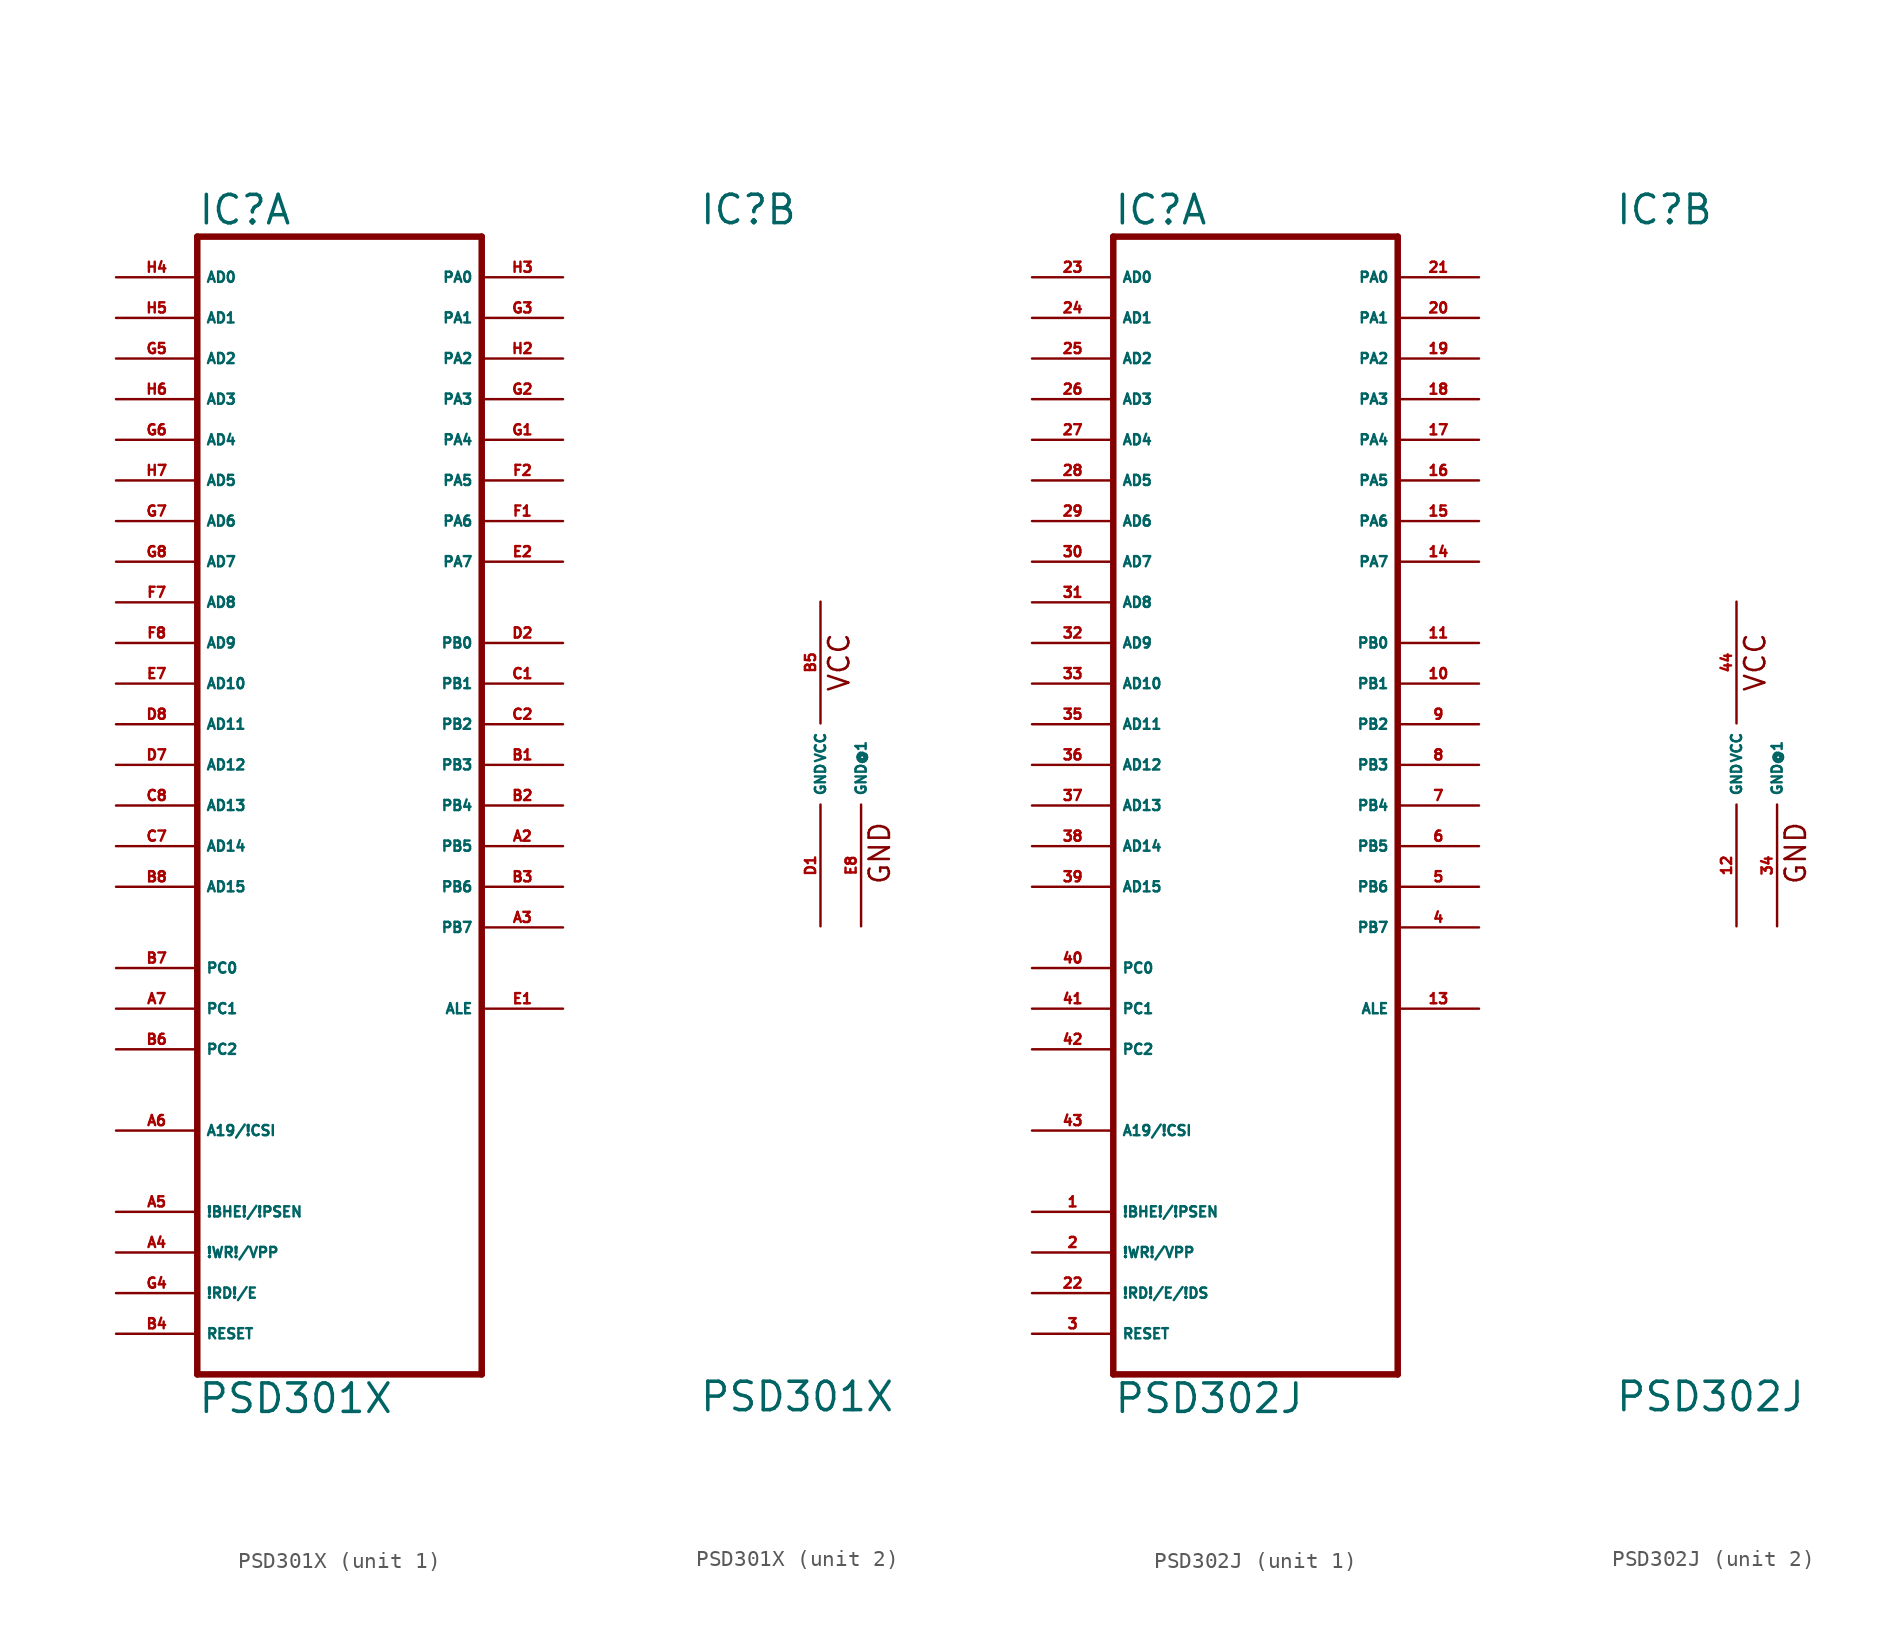
<source format=kicad_sym>
(kicad_symbol_lib
  (version 20220914)
  (generator Eagle2Kicad)
  (symbol "PSD301X"
    (property "Reference" "IC"
      (at -7.62 33.655 0)
      (effects (font (size 1.778 1.778) (thickness 0.22)) (justify left bottom)))
    (property "Value" "PSD301X"
      (at -7.62 -40.64 0)
      (effects (font (size 1.778 1.778) (thickness 0.22)) (justify left bottom)))
    (symbol "PSD301X_1_0"
      (polyline (pts (xy -7.62 -38.1) (xy 10.16 -38.1)) (stroke (width 0.406) (type default)) (fill (type none)))
      (polyline (pts (xy 10.16 -38.1) (xy 10.16 33.02)) (stroke (width 0.406) (type default)) (fill (type none)))
      (polyline (pts (xy 10.16 33.02) (xy -7.62 33.02)) (stroke (width 0.406) (type default)) (fill (type none)))
      (polyline (pts (xy -7.62 33.02) (xy -7.62 -38.1)) (stroke (width 0.406) (type default)) (fill (type none)))
      (pin input line (at -12.7 30.48 0) (length 5.08) (name "AD0" (effects (font (size 0.635 0.635) (thickness 0.08)) (justify left bottom))) (number "H4" (effects (font (size 0.635 0.635) (thickness 0.08)) (justify left bottom))))
      (pin input line (at -12.7 27.94 0) (length 5.08) (name "AD1" (effects (font (size 0.635 0.635) (thickness 0.08)) (justify left bottom))) (number "H5" (effects (font (size 0.635 0.635) (thickness 0.08)) (justify left bottom))))
      (pin input line (at -12.7 25.4 0) (length 5.08) (name "AD2" (effects (font (size 0.635 0.635) (thickness 0.08)) (justify left bottom))) (number "G5" (effects (font (size 0.635 0.635) (thickness 0.08)) (justify left bottom))))
      (pin input line (at -12.7 22.86 0) (length 5.08) (name "AD3" (effects (font (size 0.635 0.635) (thickness 0.08)) (justify left bottom))) (number "H6" (effects (font (size 0.635 0.635) (thickness 0.08)) (justify left bottom))))
      (pin input line (at -12.7 20.32 0) (length 5.08) (name "AD4" (effects (font (size 0.635 0.635) (thickness 0.08)) (justify left bottom))) (number "G6" (effects (font (size 0.635 0.635) (thickness 0.08)) (justify left bottom))))
      (pin input line (at -12.7 17.78 0) (length 5.08) (name "AD5" (effects (font (size 0.635 0.635) (thickness 0.08)) (justify left bottom))) (number "H7" (effects (font (size 0.635 0.635) (thickness 0.08)) (justify left bottom))))
      (pin input line (at -12.7 15.24 0) (length 5.08) (name "AD6" (effects (font (size 0.635 0.635) (thickness 0.08)) (justify left bottom))) (number "G7" (effects (font (size 0.635 0.635) (thickness 0.08)) (justify left bottom))))
      (pin input line (at -12.7 12.7 0) (length 5.08) (name "AD7" (effects (font (size 0.635 0.635) (thickness 0.08)) (justify left bottom))) (number "G8" (effects (font (size 0.635 0.635) (thickness 0.08)) (justify left bottom))))
      (pin input line (at -12.7 10.16 0) (length 5.08) (name "AD8" (effects (font (size 0.635 0.635) (thickness 0.08)) (justify left bottom))) (number "F7" (effects (font (size 0.635 0.635) (thickness 0.08)) (justify left bottom))))
      (pin input line (at -12.7 7.62 0) (length 5.08) (name "AD9" (effects (font (size 0.635 0.635) (thickness 0.08)) (justify left bottom))) (number "F8" (effects (font (size 0.635 0.635) (thickness 0.08)) (justify left bottom))))
      (pin input line (at -12.7 5.08 0) (length 5.08) (name "AD10" (effects (font (size 0.635 0.635) (thickness 0.08)) (justify left bottom))) (number "E7" (effects (font (size 0.635 0.635) (thickness 0.08)) (justify left bottom))))
      (pin input line (at -12.7 2.54 0) (length 5.08) (name "AD11" (effects (font (size 0.635 0.635) (thickness 0.08)) (justify left bottom))) (number "D8" (effects (font (size 0.635 0.635) (thickness 0.08)) (justify left bottom))))
      (pin input line (at -12.7 0 0) (length 5.08) (name "AD12" (effects (font (size 0.635 0.635) (thickness 0.08)) (justify left bottom))) (number "D7" (effects (font (size 0.635 0.635) (thickness 0.08)) (justify left bottom))))
      (pin input line (at -12.7 -2.54 0) (length 5.08) (name "AD13" (effects (font (size 0.635 0.635) (thickness 0.08)) (justify left bottom))) (number "C8" (effects (font (size 0.635 0.635) (thickness 0.08)) (justify left bottom))))
      (pin input line (at -12.7 -5.08 0) (length 5.08) (name "AD14" (effects (font (size 0.635 0.635) (thickness 0.08)) (justify left bottom))) (number "C7" (effects (font (size 0.635 0.635) (thickness 0.08)) (justify left bottom))))
      (pin input line (at -12.7 -7.62 0) (length 5.08) (name "AD15" (effects (font (size 0.635 0.635) (thickness 0.08)) (justify left bottom))) (number "B8" (effects (font (size 0.635 0.635) (thickness 0.08)) (justify left bottom))))
      (pin input line (at -12.7 -12.7 0) (length 5.08) (name "PC0" (effects (font (size 0.635 0.635) (thickness 0.08)) (justify left bottom))) (number "B7" (effects (font (size 0.635 0.635) (thickness 0.08)) (justify left bottom))))
      (pin input line (at -12.7 -15.24 0) (length 5.08) (name "PC1" (effects (font (size 0.635 0.635) (thickness 0.08)) (justify left bottom))) (number "A7" (effects (font (size 0.635 0.635) (thickness 0.08)) (justify left bottom))))
      (pin input line (at -12.7 -17.78 0) (length 5.08) (name "PC2" (effects (font (size 0.635 0.635) (thickness 0.08)) (justify left bottom))) (number "B6" (effects (font (size 0.635 0.635) (thickness 0.08)) (justify left bottom))))
      (pin input line (at -12.7 -22.86 0) (length 5.08) (name "A19/!CSI" (effects (font (size 0.635 0.635) (thickness 0.08)) (justify left bottom))) (number "A6" (effects (font (size 0.635 0.635) (thickness 0.08)) (justify left bottom))))
      (pin bidirectional line (at 15.24 30.48 180) (length 5.08) (name "PA0" (effects (font (size 0.635 0.635) (thickness 0.08)) (justify left bottom))) (number "H3" (effects (font (size 0.635 0.635) (thickness 0.08)) (justify left bottom))))
      (pin bidirectional line (at 15.24 27.94 180) (length 5.08) (name "PA1" (effects (font (size 0.635 0.635) (thickness 0.08)) (justify left bottom))) (number "G3" (effects (font (size 0.635 0.635) (thickness 0.08)) (justify left bottom))))
      (pin bidirectional line (at 15.24 25.4 180) (length 5.08) (name "PA2" (effects (font (size 0.635 0.635) (thickness 0.08)) (justify left bottom))) (number "H2" (effects (font (size 0.635 0.635) (thickness 0.08)) (justify left bottom))))
      (pin bidirectional line (at 15.24 22.86 180) (length 5.08) (name "PA3" (effects (font (size 0.635 0.635) (thickness 0.08)) (justify left bottom))) (number "G2" (effects (font (size 0.635 0.635) (thickness 0.08)) (justify left bottom))))
      (pin bidirectional line (at 15.24 20.32 180) (length 5.08) (name "PA4" (effects (font (size 0.635 0.635) (thickness 0.08)) (justify left bottom))) (number "G1" (effects (font (size 0.635 0.635) (thickness 0.08)) (justify left bottom))))
      (pin bidirectional line (at 15.24 17.78 180) (length 5.08) (name "PA5" (effects (font (size 0.635 0.635) (thickness 0.08)) (justify left bottom))) (number "F2" (effects (font (size 0.635 0.635) (thickness 0.08)) (justify left bottom))))
      (pin bidirectional line (at 15.24 15.24 180) (length 5.08) (name "PA6" (effects (font (size 0.635 0.635) (thickness 0.08)) (justify left bottom))) (number "F1" (effects (font (size 0.635 0.635) (thickness 0.08)) (justify left bottom))))
      (pin bidirectional line (at 15.24 12.7 180) (length 5.08) (name "PA7" (effects (font (size 0.635 0.635) (thickness 0.08)) (justify left bottom))) (number "E2" (effects (font (size 0.635 0.635) (thickness 0.08)) (justify left bottom))))
      (pin output line (at 15.24 7.62 180) (length 5.08) (name "PB0" (effects (font (size 0.635 0.635) (thickness 0.08)) (justify left bottom))) (number "D2" (effects (font (size 0.635 0.635) (thickness 0.08)) (justify left bottom))))
      (pin output line (at 15.24 5.08 180) (length 5.08) (name "PB1" (effects (font (size 0.635 0.635) (thickness 0.08)) (justify left bottom))) (number "C1" (effects (font (size 0.635 0.635) (thickness 0.08)) (justify left bottom))))
      (pin output line (at 15.24 2.54 180) (length 5.08) (name "PB2" (effects (font (size 0.635 0.635) (thickness 0.08)) (justify left bottom))) (number "C2" (effects (font (size 0.635 0.635) (thickness 0.08)) (justify left bottom))))
      (pin output line (at 15.24 0 180) (length 5.08) (name "PB3" (effects (font (size 0.635 0.635) (thickness 0.08)) (justify left bottom))) (number "B1" (effects (font (size 0.635 0.635) (thickness 0.08)) (justify left bottom))))
      (pin output line (at 15.24 -2.54 180) (length 5.08) (name "PB4" (effects (font (size 0.635 0.635) (thickness 0.08)) (justify left bottom))) (number "B2" (effects (font (size 0.635 0.635) (thickness 0.08)) (justify left bottom))))
      (pin output line (at 15.24 -5.08 180) (length 5.08) (name "PB5" (effects (font (size 0.635 0.635) (thickness 0.08)) (justify left bottom))) (number "A2" (effects (font (size 0.635 0.635) (thickness 0.08)) (justify left bottom))))
      (pin output line (at 15.24 -7.62 180) (length 5.08) (name "PB6" (effects (font (size 0.635 0.635) (thickness 0.08)) (justify left bottom))) (number "B3" (effects (font (size 0.635 0.635) (thickness 0.08)) (justify left bottom))))
      (pin output line (at 15.24 -10.16 180) (length 5.08) (name "PB7" (effects (font (size 0.635 0.635) (thickness 0.08)) (justify left bottom))) (number "A3" (effects (font (size 0.635 0.635) (thickness 0.08)) (justify left bottom))))
      (pin output line (at 15.24 -15.24 180) (length 5.08) (name "ALE" (effects (font (size 0.635 0.635) (thickness 0.08)) (justify left bottom))) (number "E1" (effects (font (size 0.635 0.635) (thickness 0.08)) (justify left bottom))))
      (pin input line (at -12.7 -27.94 0) (length 5.08) (name "!BHE!/!PSEN" (effects (font (size 0.635 0.635) (thickness 0.08)) (justify left bottom))) (number "A5" (effects (font (size 0.635 0.635) (thickness 0.08)) (justify left bottom))))
      (pin input line (at -12.7 -30.48 0) (length 5.08) (name "!WR!/VPP" (effects (font (size 0.635 0.635) (thickness 0.08)) (justify left bottom))) (number "A4" (effects (font (size 0.635 0.635) (thickness 0.08)) (justify left bottom))))
      (pin input line (at -12.7 -33.02 0) (length 5.08) (name "!RD!/E" (effects (font (size 0.635 0.635) (thickness 0.08)) (justify left bottom))) (number "G4" (effects (font (size 0.635 0.635) (thickness 0.08)) (justify left bottom))))
      (pin input line (at -12.7 -35.56 0) (length 5.08) (name "RESET" (effects (font (size 0.635 0.635) (thickness 0.08)) (justify left bottom))) (number "B4" (effects (font (size 0.635 0.635) (thickness 0.08)) (justify left bottom)))))
    (symbol "PSD301X_2_0"
      (text "VCC" (at 1.905 4.445 900) (effects (font (size 1.27 1.27) (thickness 0.16)) (justify left bottom)))
      (text "GND" (at 4.445 -7.62 900) (effects (font (size 1.27 1.27) (thickness 0.16)) (justify left bottom)))
      (pin unspecified line (at 0 10.16 270) (length 7.62) (name "VCC" (effects (font (size 0.635 0.635) (thickness 0.08)) (justify left bottom))) (number "B5" (effects (font (size 0.635 0.635) (thickness 0.08)) (justify left bottom))))
      (pin unspecified line (at 0 -10.16 90) (length 7.62) (name "GND" (effects (font (size 0.635 0.635) (thickness 0.08)) (justify left bottom))) (number "D1" (effects (font (size 0.635 0.635) (thickness 0.08)) (justify left bottom))))
      (pin unspecified line (at 2.54 -10.16 90) (length 7.62) (name "GND@1" (effects (font (size 0.635 0.635) (thickness 0.08)) (justify left bottom))) (number "E8" (effects (font (size 0.635 0.635) (thickness 0.08)) (justify left bottom))))))
  (symbol "PSD302J"
    (property "Reference" "IC"
      (at -7.62 33.655 0)
      (effects (font (size 1.778 1.778) (thickness 0.22)) (justify left bottom)))
    (property "Value" "PSD302J"
      (at -7.62 -40.64 0)
      (effects (font (size 1.778 1.778) (thickness 0.22)) (justify left bottom)))
    (symbol "PSD302J_1_0"
      (polyline (pts (xy -7.62 -38.1) (xy 10.16 -38.1)) (stroke (width 0.406) (type default)) (fill (type none)))
      (polyline (pts (xy 10.16 -38.1) (xy 10.16 33.02)) (stroke (width 0.406) (type default)) (fill (type none)))
      (polyline (pts (xy 10.16 33.02) (xy -7.62 33.02)) (stroke (width 0.406) (type default)) (fill (type none)))
      (polyline (pts (xy -7.62 33.02) (xy -7.62 -38.1)) (stroke (width 0.406) (type default)) (fill (type none)))
      (pin input line (at -12.7 30.48 0) (length 5.08) (name "AD0" (effects (font (size 0.635 0.635) (thickness 0.08)) (justify left bottom))) (number "23" (effects (font (size 0.635 0.635) (thickness 0.08)) (justify left bottom))))
      (pin input line (at -12.7 27.94 0) (length 5.08) (name "AD1" (effects (font (size 0.635 0.635) (thickness 0.08)) (justify left bottom))) (number "24" (effects (font (size 0.635 0.635) (thickness 0.08)) (justify left bottom))))
      (pin input line (at -12.7 25.4 0) (length 5.08) (name "AD2" (effects (font (size 0.635 0.635) (thickness 0.08)) (justify left bottom))) (number "25" (effects (font (size 0.635 0.635) (thickness 0.08)) (justify left bottom))))
      (pin input line (at -12.7 22.86 0) (length 5.08) (name "AD3" (effects (font (size 0.635 0.635) (thickness 0.08)) (justify left bottom))) (number "26" (effects (font (size 0.635 0.635) (thickness 0.08)) (justify left bottom))))
      (pin input line (at -12.7 20.32 0) (length 5.08) (name "AD4" (effects (font (size 0.635 0.635) (thickness 0.08)) (justify left bottom))) (number "27" (effects (font (size 0.635 0.635) (thickness 0.08)) (justify left bottom))))
      (pin input line (at -12.7 17.78 0) (length 5.08) (name "AD5" (effects (font (size 0.635 0.635) (thickness 0.08)) (justify left bottom))) (number "28" (effects (font (size 0.635 0.635) (thickness 0.08)) (justify left bottom))))
      (pin input line (at -12.7 15.24 0) (length 5.08) (name "AD6" (effects (font (size 0.635 0.635) (thickness 0.08)) (justify left bottom))) (number "29" (effects (font (size 0.635 0.635) (thickness 0.08)) (justify left bottom))))
      (pin input line (at -12.7 12.7 0) (length 5.08) (name "AD7" (effects (font (size 0.635 0.635) (thickness 0.08)) (justify left bottom))) (number "30" (effects (font (size 0.635 0.635) (thickness 0.08)) (justify left bottom))))
      (pin input line (at -12.7 10.16 0) (length 5.08) (name "AD8" (effects (font (size 0.635 0.635) (thickness 0.08)) (justify left bottom))) (number "31" (effects (font (size 0.635 0.635) (thickness 0.08)) (justify left bottom))))
      (pin input line (at -12.7 7.62 0) (length 5.08) (name "AD9" (effects (font (size 0.635 0.635) (thickness 0.08)) (justify left bottom))) (number "32" (effects (font (size 0.635 0.635) (thickness 0.08)) (justify left bottom))))
      (pin input line (at -12.7 5.08 0) (length 5.08) (name "AD10" (effects (font (size 0.635 0.635) (thickness 0.08)) (justify left bottom))) (number "33" (effects (font (size 0.635 0.635) (thickness 0.08)) (justify left bottom))))
      (pin input line (at -12.7 2.54 0) (length 5.08) (name "AD11" (effects (font (size 0.635 0.635) (thickness 0.08)) (justify left bottom))) (number "35" (effects (font (size 0.635 0.635) (thickness 0.08)) (justify left bottom))))
      (pin input line (at -12.7 0 0) (length 5.08) (name "AD12" (effects (font (size 0.635 0.635) (thickness 0.08)) (justify left bottom))) (number "36" (effects (font (size 0.635 0.635) (thickness 0.08)) (justify left bottom))))
      (pin input line (at -12.7 -2.54 0) (length 5.08) (name "AD13" (effects (font (size 0.635 0.635) (thickness 0.08)) (justify left bottom))) (number "37" (effects (font (size 0.635 0.635) (thickness 0.08)) (justify left bottom))))
      (pin input line (at -12.7 -5.08 0) (length 5.08) (name "AD14" (effects (font (size 0.635 0.635) (thickness 0.08)) (justify left bottom))) (number "38" (effects (font (size 0.635 0.635) (thickness 0.08)) (justify left bottom))))
      (pin input line (at -12.7 -7.62 0) (length 5.08) (name "AD15" (effects (font (size 0.635 0.635) (thickness 0.08)) (justify left bottom))) (number "39" (effects (font (size 0.635 0.635) (thickness 0.08)) (justify left bottom))))
      (pin input line (at -12.7 -12.7 0) (length 5.08) (name "PC0" (effects (font (size 0.635 0.635) (thickness 0.08)) (justify left bottom))) (number "40" (effects (font (size 0.635 0.635) (thickness 0.08)) (justify left bottom))))
      (pin input line (at -12.7 -15.24 0) (length 5.08) (name "PC1" (effects (font (size 0.635 0.635) (thickness 0.08)) (justify left bottom))) (number "41" (effects (font (size 0.635 0.635) (thickness 0.08)) (justify left bottom))))
      (pin input line (at -12.7 -17.78 0) (length 5.08) (name "PC2" (effects (font (size 0.635 0.635) (thickness 0.08)) (justify left bottom))) (number "42" (effects (font (size 0.635 0.635) (thickness 0.08)) (justify left bottom))))
      (pin input line (at -12.7 -22.86 0) (length 5.08) (name "A19/!CSI" (effects (font (size 0.635 0.635) (thickness 0.08)) (justify left bottom))) (number "43" (effects (font (size 0.635 0.635) (thickness 0.08)) (justify left bottom))))
      (pin bidirectional line (at 15.24 30.48 180) (length 5.08) (name "PA0" (effects (font (size 0.635 0.635) (thickness 0.08)) (justify left bottom))) (number "21" (effects (font (size 0.635 0.635) (thickness 0.08)) (justify left bottom))))
      (pin bidirectional line (at 15.24 27.94 180) (length 5.08) (name "PA1" (effects (font (size 0.635 0.635) (thickness 0.08)) (justify left bottom))) (number "20" (effects (font (size 0.635 0.635) (thickness 0.08)) (justify left bottom))))
      (pin bidirectional line (at 15.24 25.4 180) (length 5.08) (name "PA2" (effects (font (size 0.635 0.635) (thickness 0.08)) (justify left bottom))) (number "19" (effects (font (size 0.635 0.635) (thickness 0.08)) (justify left bottom))))
      (pin bidirectional line (at 15.24 22.86 180) (length 5.08) (name "PA3" (effects (font (size 0.635 0.635) (thickness 0.08)) (justify left bottom))) (number "18" (effects (font (size 0.635 0.635) (thickness 0.08)) (justify left bottom))))
      (pin bidirectional line (at 15.24 20.32 180) (length 5.08) (name "PA4" (effects (font (size 0.635 0.635) (thickness 0.08)) (justify left bottom))) (number "17" (effects (font (size 0.635 0.635) (thickness 0.08)) (justify left bottom))))
      (pin bidirectional line (at 15.24 17.78 180) (length 5.08) (name "PA5" (effects (font (size 0.635 0.635) (thickness 0.08)) (justify left bottom))) (number "16" (effects (font (size 0.635 0.635) (thickness 0.08)) (justify left bottom))))
      (pin bidirectional line (at 15.24 15.24 180) (length 5.08) (name "PA6" (effects (font (size 0.635 0.635) (thickness 0.08)) (justify left bottom))) (number "15" (effects (font (size 0.635 0.635) (thickness 0.08)) (justify left bottom))))
      (pin bidirectional line (at 15.24 12.7 180) (length 5.08) (name "PA7" (effects (font (size 0.635 0.635) (thickness 0.08)) (justify left bottom))) (number "14" (effects (font (size 0.635 0.635) (thickness 0.08)) (justify left bottom))))
      (pin output line (at 15.24 7.62 180) (length 5.08) (name "PB0" (effects (font (size 0.635 0.635) (thickness 0.08)) (justify left bottom))) (number "11" (effects (font (size 0.635 0.635) (thickness 0.08)) (justify left bottom))))
      (pin output line (at 15.24 5.08 180) (length 5.08) (name "PB1" (effects (font (size 0.635 0.635) (thickness 0.08)) (justify left bottom))) (number "10" (effects (font (size 0.635 0.635) (thickness 0.08)) (justify left bottom))))
      (pin output line (at 15.24 2.54 180) (length 5.08) (name "PB2" (effects (font (size 0.635 0.635) (thickness 0.08)) (justify left bottom))) (number "9" (effects (font (size 0.635 0.635) (thickness 0.08)) (justify left bottom))))
      (pin output line (at 15.24 0 180) (length 5.08) (name "PB3" (effects (font (size 0.635 0.635) (thickness 0.08)) (justify left bottom))) (number "8" (effects (font (size 0.635 0.635) (thickness 0.08)) (justify left bottom))))
      (pin output line (at 15.24 -2.54 180) (length 5.08) (name "PB4" (effects (font (size 0.635 0.635) (thickness 0.08)) (justify left bottom))) (number "7" (effects (font (size 0.635 0.635) (thickness 0.08)) (justify left bottom))))
      (pin output line (at 15.24 -5.08 180) (length 5.08) (name "PB5" (effects (font (size 0.635 0.635) (thickness 0.08)) (justify left bottom))) (number "6" (effects (font (size 0.635 0.635) (thickness 0.08)) (justify left bottom))))
      (pin output line (at 15.24 -7.62 180) (length 5.08) (name "PB6" (effects (font (size 0.635 0.635) (thickness 0.08)) (justify left bottom))) (number "5" (effects (font (size 0.635 0.635) (thickness 0.08)) (justify left bottom))))
      (pin output line (at 15.24 -10.16 180) (length 5.08) (name "PB7" (effects (font (size 0.635 0.635) (thickness 0.08)) (justify left bottom))) (number "4" (effects (font (size 0.635 0.635) (thickness 0.08)) (justify left bottom))))
      (pin output line (at 15.24 -15.24 180) (length 5.08) (name "ALE" (effects (font (size 0.635 0.635) (thickness 0.08)) (justify left bottom))) (number "13" (effects (font (size 0.635 0.635) (thickness 0.08)) (justify left bottom))))
      (pin input line (at -12.7 -27.94 0) (length 5.08) (name "!BHE!/!PSEN" (effects (font (size 0.635 0.635) (thickness 0.08)) (justify left bottom))) (number "1" (effects (font (size 0.635 0.635) (thickness 0.08)) (justify left bottom))))
      (pin input line (at -12.7 -30.48 0) (length 5.08) (name "!WR!/VPP" (effects (font (size 0.635 0.635) (thickness 0.08)) (justify left bottom))) (number "2" (effects (font (size 0.635 0.635) (thickness 0.08)) (justify left bottom))))
      (pin input line (at -12.7 -33.02 0) (length 5.08) (name "!RD!/E/!DS" (effects (font (size 0.635 0.635) (thickness 0.08)) (justify left bottom))) (number "22" (effects (font (size 0.635 0.635) (thickness 0.08)) (justify left bottom))))
      (pin input line (at -12.7 -35.56 0) (length 5.08) (name "RESET" (effects (font (size 0.635 0.635) (thickness 0.08)) (justify left bottom))) (number "3" (effects (font (size 0.635 0.635) (thickness 0.08)) (justify left bottom)))))
    (symbol "PSD302J_2_0"
      (text "VCC" (at 1.905 4.445 900) (effects (font (size 1.27 1.27) (thickness 0.16)) (justify left bottom)))
      (text "GND" (at 4.445 -7.62 900) (effects (font (size 1.27 1.27) (thickness 0.16)) (justify left bottom)))
      (pin unspecified line (at 0 10.16 270) (length 7.62) (name "VCC" (effects (font (size 0.635 0.635) (thickness 0.08)) (justify left bottom))) (number "44" (effects (font (size 0.635 0.635) (thickness 0.08)) (justify left bottom))))
      (pin unspecified line (at 0 -10.16 90) (length 7.62) (name "GND" (effects (font (size 0.635 0.635) (thickness 0.08)) (justify left bottom))) (number "12" (effects (font (size 0.635 0.635) (thickness 0.08)) (justify left bottom))))
      (pin unspecified line (at 2.54 -10.16 90) (length 7.62) (name "GND@1" (effects (font (size 0.635 0.635) (thickness 0.08)) (justify left bottom))) (number "34" (effects (font (size 0.635 0.635) (thickness 0.08)) (justify left bottom)))))))
</source>
